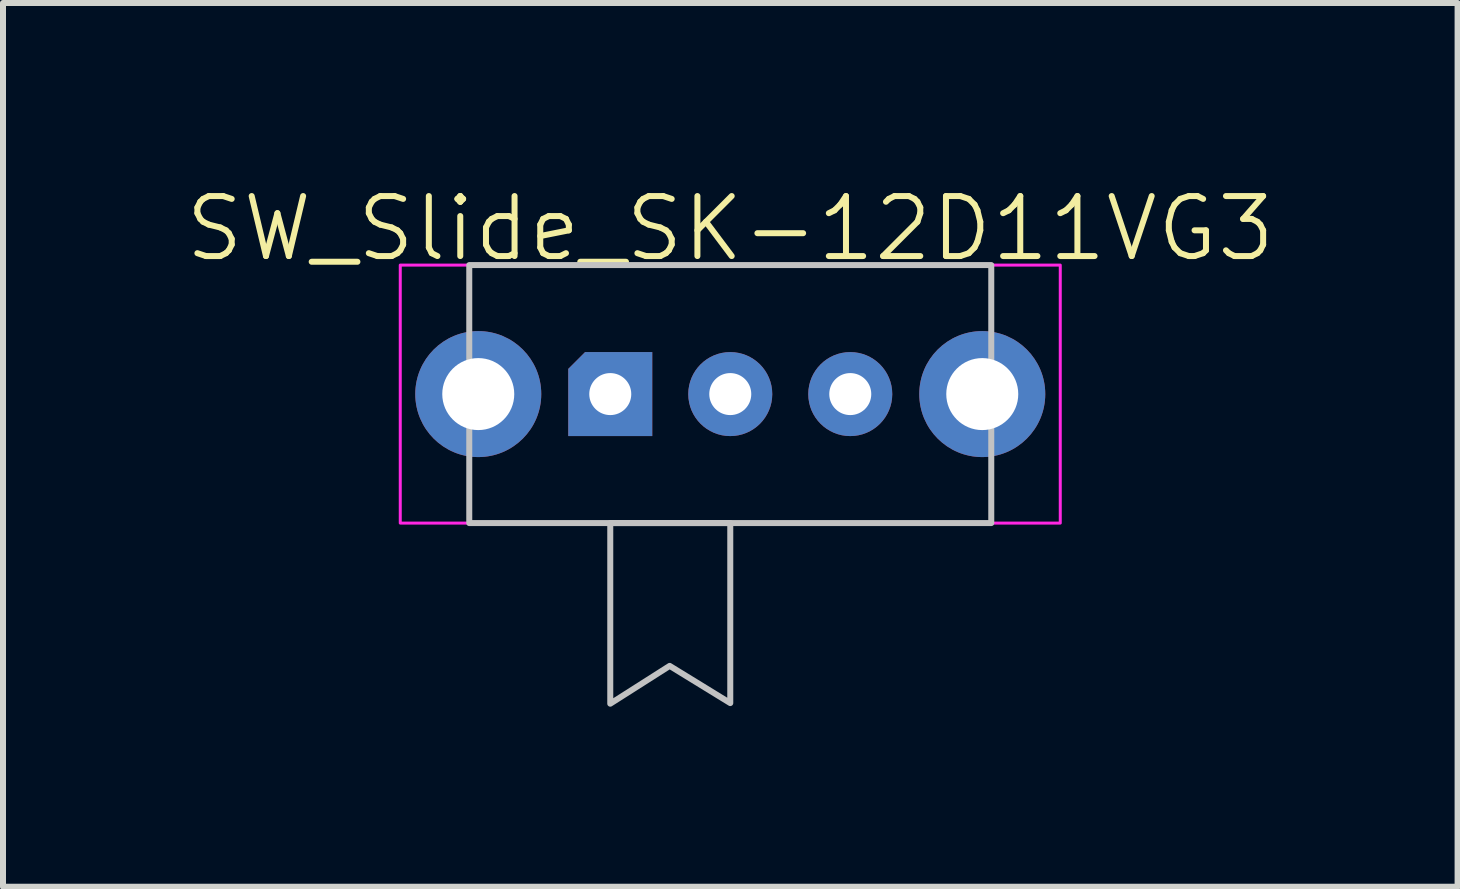
<source format=kicad_pcb>
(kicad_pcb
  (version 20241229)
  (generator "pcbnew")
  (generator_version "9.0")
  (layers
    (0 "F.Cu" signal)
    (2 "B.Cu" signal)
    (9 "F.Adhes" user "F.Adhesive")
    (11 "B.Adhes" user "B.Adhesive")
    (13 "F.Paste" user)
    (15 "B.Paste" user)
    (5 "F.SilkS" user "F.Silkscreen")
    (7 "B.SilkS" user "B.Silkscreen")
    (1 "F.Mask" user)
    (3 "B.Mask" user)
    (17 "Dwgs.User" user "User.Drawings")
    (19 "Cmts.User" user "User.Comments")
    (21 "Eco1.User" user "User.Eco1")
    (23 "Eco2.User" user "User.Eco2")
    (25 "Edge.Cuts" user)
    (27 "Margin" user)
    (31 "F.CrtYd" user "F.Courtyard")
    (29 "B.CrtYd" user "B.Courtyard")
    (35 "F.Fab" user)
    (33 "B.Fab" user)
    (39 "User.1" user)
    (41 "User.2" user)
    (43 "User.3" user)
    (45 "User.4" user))
  (footprint "SW_Slide_SK-12D11VG3"
    (layer "F.Cu")
    (at 9.121 3.518)
    (property "Reference" "SW_Slide_SK-12D11VG3" (at 0 -2.758 0) (unlocked yes) (layer "F.SilkS") (effects (font (size 1 1) (thickness 0.1))))
    (attr smd)
    (fp_rect (start -4.35 -2.15) (end 4.35 2.15) (stroke (width 0.1) (type solid)) (fill no) (layer "Dwgs.User"))
    (fp_poly (pts (xy -2 2.15) (xy -2 5.16) (xy -1.01 4.53) (xy 0 5.15) (xy 0 2.15)) (stroke (width 0.1) (type solid)) (fill no) (layer "Dwgs.User"))
    (fp_rect (start -5.5 -2.15) (end 5.5 2.15) (stroke (width 0.05) (type solid)) (fill no) (layer "F.CrtYd"))
    (pad "1" thru_hole roundrect (at -2 0) (size 1.4 1.4) (drill 0.7) (layers "*.Cu" "*.Mask") (roundrect_rratio 0) (chamfer_ratio 0.2) (chamfer top_left))
    (pad "2" thru_hole circle (at 0 0) (size 1.4 1.4) (drill 0.7) (layers "*.Cu" "*.Mask" "F.Paste"))
    (pad "3" thru_hole circle (at 2 0) (size 1.4 1.4) (drill 0.7) (layers "*.Cu" "*.Mask"))
    (pad "4" thru_hole circle (at -4.2 0) (size 2.1 2.1) (drill 1.2) (layers "*.Cu" "*.Mask"))
    (pad "5" thru_hole circle (at 4.2 0) (size 2.1 2.1) (drill 1.2) (layers "*.Cu" "*.Mask")))
  (gr_rect
    (start -3 -3)
    (end 21.243 11.729)
    (stroke (width 0.1) (type default))
    (fill no)
    (layer "Edge.Cuts")))
</source>
